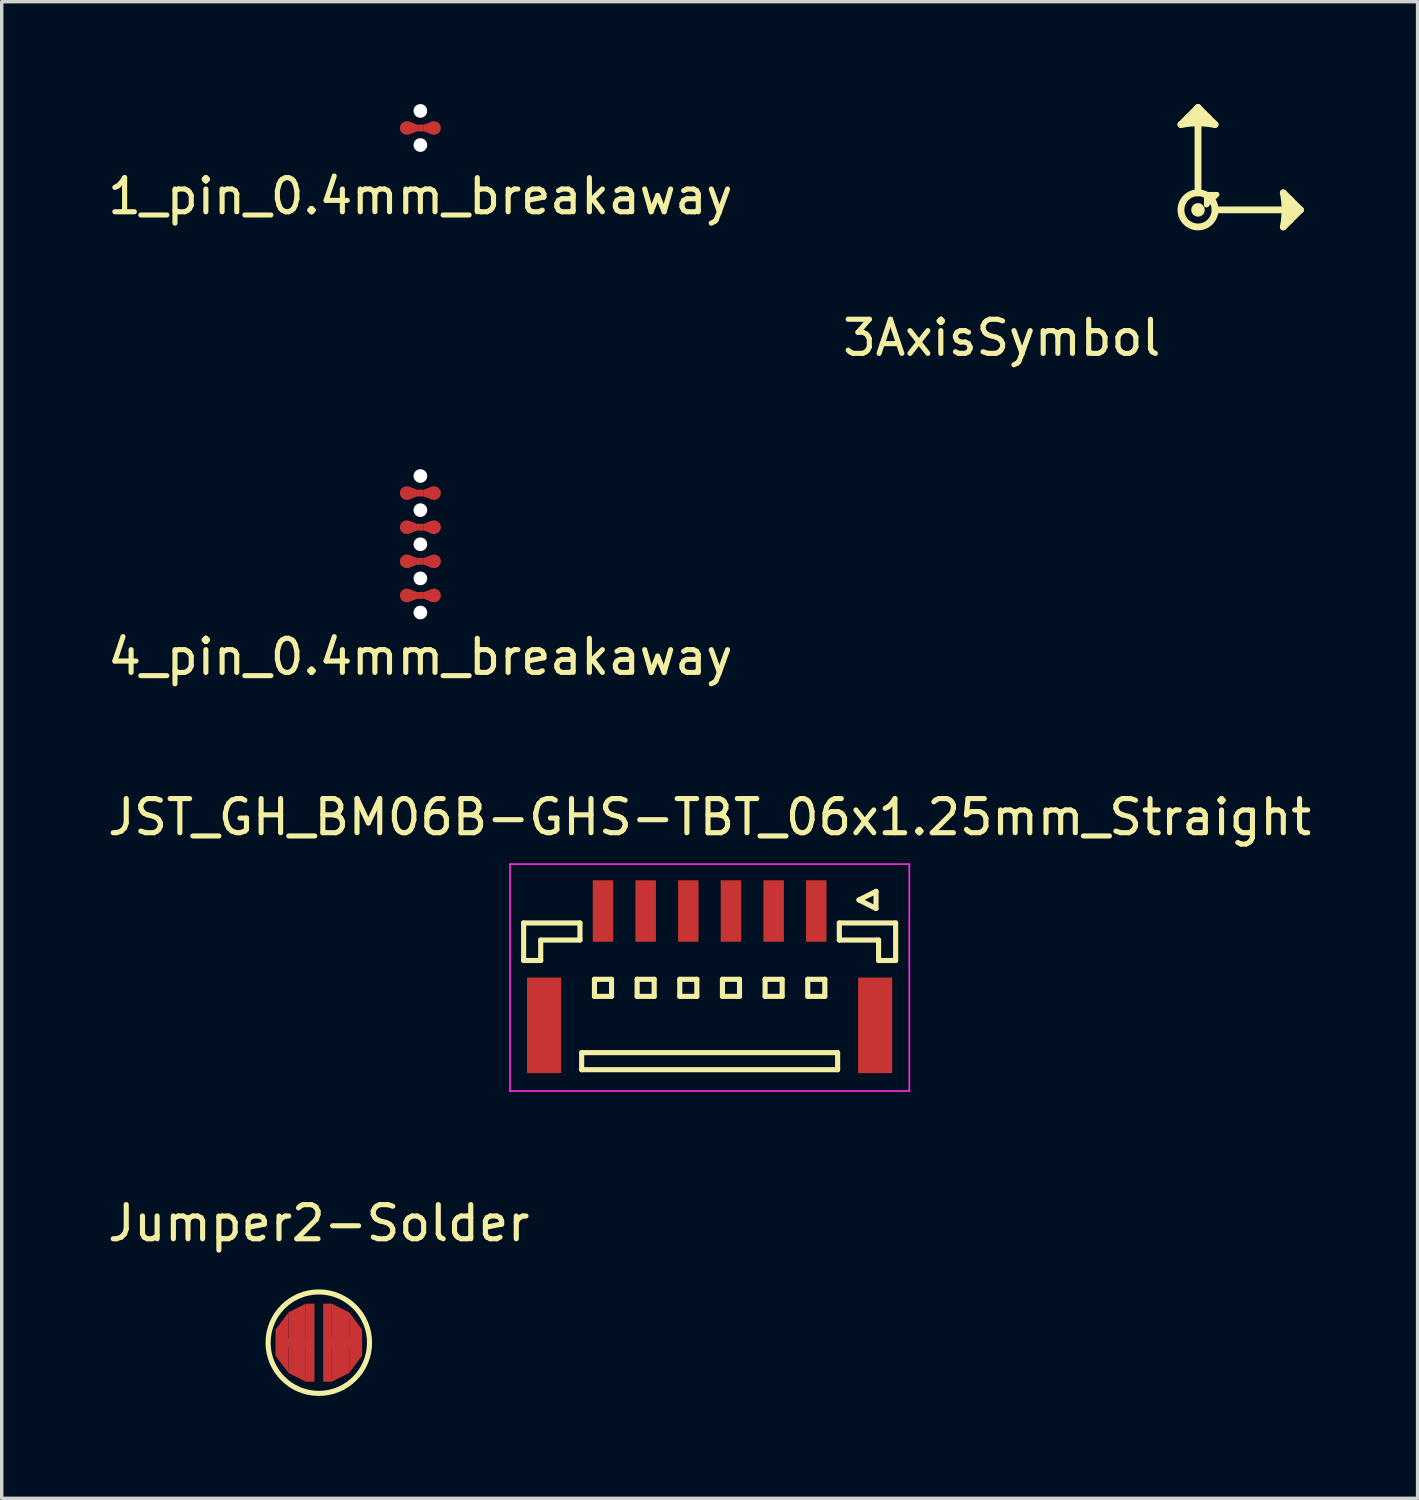
<source format=kicad_pcb>
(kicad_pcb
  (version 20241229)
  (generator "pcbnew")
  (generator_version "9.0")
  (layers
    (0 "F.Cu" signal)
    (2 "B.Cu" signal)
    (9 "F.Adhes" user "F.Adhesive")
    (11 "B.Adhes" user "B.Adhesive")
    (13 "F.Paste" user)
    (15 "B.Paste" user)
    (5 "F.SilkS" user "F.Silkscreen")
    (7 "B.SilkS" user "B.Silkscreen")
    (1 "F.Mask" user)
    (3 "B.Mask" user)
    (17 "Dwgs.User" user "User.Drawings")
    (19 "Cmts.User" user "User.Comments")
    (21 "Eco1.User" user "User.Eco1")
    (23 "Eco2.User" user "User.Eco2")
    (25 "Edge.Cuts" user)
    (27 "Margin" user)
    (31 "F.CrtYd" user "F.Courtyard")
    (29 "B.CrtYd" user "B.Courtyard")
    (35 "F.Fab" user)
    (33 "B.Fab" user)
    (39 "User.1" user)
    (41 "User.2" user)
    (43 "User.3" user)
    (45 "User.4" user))
  (footprint "4_pin_0.4mm_breakaway"
    (layer "F.Cu")
    (at 9.268 12.898)
    (property "Reference" "4_pin_0.4mm_breakaway" (at 0 3.3 0) (layer "F.SilkS") (effects (font (size 1 1) (thickness 0.15))))
    (attr through_hole)
    (pad "" np_thru_hole circle (at 0 -2) (size 0.4 0.4) (drill 0.4) (layers "*.Cu" "*.Mask"))
    (pad "" np_thru_hole circle (at 0 -1) (size 0.4 0.4) (drill 0.4) (layers "*.Cu" "*.Mask"))
    (pad "" np_thru_hole circle (at 0 0) (size 0.4 0.4) (drill 0.4) (layers "*.Cu" "*.Mask"))
    (pad "" np_thru_hole circle (at 0 1) (size 0.4 0.4) (drill 0.4) (layers "*.Cu" "*.Mask"))
    (pad "" np_thru_hole circle (at 0 2) (size 0.4 0.4) (drill 0.4) (layers "*.Cu" "*.Mask"))
    (pad "1" smd circle (at -0.4 -1.5) (size 0.4 0.4) (layers "F.Cu"))
    (pad "1" smd trapezoid (at -0.2 -1.5 270) (size 0.29 0.24) (rect_delta 0 0.09) (drill (offset 0 0.02)) (layers "F.Cu"))
    (pad "1" smd rect (at 0 -1.5) (size 0.2 0.2) (layers "F.Cu"))
    (pad "1" smd trapezoid (at 0.2 -1.5 90) (size 0.29 0.24) (rect_delta 0 0.09) (drill (offset 0 0.02)) (layers "F.Cu"))
    (pad "1" smd circle (at 0.4 -1.5) (size 0.4 0.4) (layers "F.Cu"))
    (pad "2" smd circle (at -0.4 -0.5) (size 0.4 0.4) (layers "F.Cu"))
    (pad "2" smd trapezoid (at -0.2 -0.5 270) (size 0.29 0.24) (rect_delta 0 0.09) (drill (offset 0 0.02)) (layers "F.Cu"))
    (pad "2" smd rect (at 0 -0.5) (size 0.2 0.2) (layers "F.Cu"))
    (pad "2" smd trapezoid (at 0.2 -0.5 90) (size 0.29 0.24) (rect_delta 0 0.09) (drill (offset 0 0.02)) (layers "F.Cu"))
    (pad "2" smd circle (at 0.4 -0.5) (size 0.4 0.4) (layers "F.Cu"))
    (pad "3" smd circle (at -0.4 0.5) (size 0.4 0.4) (layers "F.Cu"))
    (pad "3" smd trapezoid (at -0.2 0.5 270) (size 0.29 0.24) (rect_delta 0 0.09) (drill (offset 0 0.02)) (layers "F.Cu"))
    (pad "3" smd rect (at 0 0.5) (size 0.2 0.2) (layers "F.Cu"))
    (pad "3" smd trapezoid (at 0.2 0.5 90) (size 0.29 0.24) (rect_delta 0 0.09) (drill (offset 0 0.02)) (layers "F.Cu"))
    (pad "3" smd circle (at 0.4 0.5) (size 0.4 0.4) (layers "F.Cu"))
    (pad "4" smd circle (at -0.4 1.5) (size 0.4 0.4) (layers "F.Cu"))
    (pad "4" smd trapezoid (at -0.2 1.5 270) (size 0.29 0.24) (rect_delta 0 0.09) (drill (offset 0 0.02)) (layers "F.Cu"))
    (pad "4" smd rect (at 0 1.5) (size 0.2 0.2) (layers "F.Cu"))
    (pad "4" smd trapezoid (at 0.2 1.5 90) (size 0.29 0.24) (rect_delta 0 0.09) (drill (offset 0 0.02)) (layers "F.Cu"))
    (pad "4" smd circle (at 0.4 1.5) (size 0.4 0.4) (layers "F.Cu")))
  (footprint "Jumper2-Solder"
    (placed yes)
    (layer "F.Cu")
    (at 6.292 36.293)
    (property "Reference" "Jumper2-Solder" (at 0 -3.5 0) (layer "F.SilkS") (effects (font (size 1 1) (thickness 0.15))))
    (attr through_hole)
    (fp_circle (center 0 0) (end 1.397 -0.508) (stroke (width 0.15) (type solid)) (fill no) (layer "F.SilkS"))
    (pad "1" smd trapezoid (at -1.079 0 90) (size 1.27 0.381) (rect_delta 0 0.508) (layers "F.Cu" "F.Mask" "F.Paste"))
    (pad "1" smd rect (at -0.699 0) (size 0.889 0.254) (layers "F.Cu" "F.Mask" "F.Paste"))
    (pad "1" smd trapezoid (at -0.635 0 90) (size 2.032 0.508) (rect_delta 0 0.254) (layers "F.Cu" "F.Mask" "F.Paste"))
    (pad "1" smd rect (at -0.254 0 90) (size 2.286 0.254) (layers "F.Cu" "F.Mask" "F.Paste"))
    (pad "2" smd rect (at 0.254 0 270) (size 2.286 0.254) (layers "F.Cu" "F.Mask" "F.Paste"))
    (pad "2" smd trapezoid (at 0.635 0 270) (size 2.032 0.508) (rect_delta 0 0.254) (layers "F.Cu" "F.Mask" "F.Paste"))
    (pad "2" smd rect (at 0.699 0) (size 0.889 0.254) (layers "F.Cu" "F.Mask" "F.Paste"))
    (pad "2" smd trapezoid (at 1.079 0 270) (size 1.27 0.381) (rect_delta 0 0.508) (layers "F.Cu" "F.Mask" "F.Paste")))
  (footprint "3AxisSymbol"
    (layer "F.Cu")
    (at 32.054 3.1)
    (property "Reference" "3AxisSymbol" (at -5.75 3.75 0) (layer "F.SilkS") (effects (font (size 1 1) (thickness 0.15))))
    (attr through_hole)
    (fp_line (start 0 -3) (end -0.5 -2.5) (stroke (width 0.2) (type solid)) (layer "F.SilkS"))
    (fp_line (start 0 -3) (end 0.5 -2.5) (stroke (width 0.2) (type solid)) (layer "F.SilkS"))
    (fp_line (start 0 -0.5) (end 0 -3) (stroke (width 0.2) (type solid)) (layer "F.SilkS"))
    (fp_line (start 0.25 -0.45) (end 0.25 -0.15) (stroke (width 0.15) (type solid)) (layer "F.SilkS"))
    (fp_line (start 0.25 -0.45) (end 0.55 -0.45) (stroke (width 0.15) (type solid)) (layer "F.SilkS"))
    (fp_line (start 0.3 -2.7) (end -0.3 -2.7) (stroke (width 0.2) (type solid)) (layer "F.SilkS"))
    (fp_line (start 0.5 0) (end 3 0) (stroke (width 0.2) (type solid)) (layer "F.SilkS"))
    (fp_line (start 0.55 -0.45) (end 0.25 -0.15) (stroke (width 0.15) (type solid)) (layer "F.SilkS"))
    (fp_line (start 2.5 -0.5) (end 3 0) (stroke (width 0.2) (type solid)) (layer "F.SilkS"))
    (fp_line (start 2.7 -0.3) (end 2.7 0.3) (stroke (width 0.2) (type solid)) (layer "F.SilkS"))
    (fp_line (start 3 0) (end 2.5 0.5) (stroke (width 0.2) (type solid)) (layer "F.SilkS"))
    (fp_arc (start -0.5 -2.5) (mid 0 -2.54951) (end 0.499999 -2.5) (stroke (width 0.2) (type solid)) (layer "F.SilkS"))
    (fp_arc (start 2.5 -0.5) (mid 2.54951 0) (end 2.5 0.499999) (stroke (width 0.2) (type solid)) (layer "F.SilkS"))
    (fp_circle (center 0 0) (end 0 0.1) (stroke (width 0.2) (type solid)) (fill no) (layer "F.SilkS"))
    (fp_circle (center 0 0) (end 0 0.5) (stroke (width 0.2) (type solid)) (fill no) (layer "F.SilkS")))
  (footprint "1_pin_0.4mm_breakaway"
    (layer "F.Cu")
    (at 9.268 2.2)
    (property "Reference" "1_pin_0.4mm_breakaway" (at 0 0.5 0) (layer "F.SilkS") (effects (font (size 1 1) (thickness 0.15))))
    (attr through_hole)
    (pad "" np_thru_hole circle (at 0 -2) (size 0.4 0.4) (drill 0.4) (layers "*.Cu" "*.Mask"))
    (pad "" np_thru_hole circle (at 0 -1) (size 0.4 0.4) (drill 0.4) (layers "*.Cu" "*.Mask"))
    (pad "1" smd circle (at -0.4 -1.5) (size 0.4 0.4) (layers "F.Cu"))
    (pad "1" smd trapezoid (at -0.2 -1.5 270) (size 0.29 0.24) (rect_delta 0 0.09) (drill (offset 0 0.02)) (layers "F.Cu"))
    (pad "1" smd rect (at 0 -1.5) (size 0.2 0.2) (layers "F.Cu"))
    (pad "1" smd trapezoid (at 0.2 -1.5 90) (size 0.29 0.24) (rect_delta 0 0.09) (drill (offset 0 0.02)) (layers "F.Cu"))
    (pad "1" smd circle (at 0.4 -1.5) (size 0.4 0.4) (layers "F.Cu")))
  (footprint "JST_GH_BM06B-GHS-TBT_06x1.25mm_Straight"
    (layer "F.Cu")
    (at 17.744 25.32)
    (property "Reference" "JST_GH_BM06B-GHS-TBT_06x1.25mm_Straight" (at 0 -4.425 0) (layer "F.SilkS") (effects (font (size 1 1) (thickness 0.15))))
    (attr smd)
    (fp_line (start -5.45 -1.325) (end -3.8 -1.325) (stroke (width 0.15) (type solid)) (layer "F.SilkS"))
    (fp_line (start -5.45 -0.225) (end -5.45 -1.325) (stroke (width 0.15) (type solid)) (layer "F.SilkS"))
    (fp_line (start -4.95 -0.825) (end -4.95 -0.225) (stroke (width 0.15) (type solid)) (layer "F.SilkS"))
    (fp_line (start -4.95 -0.225) (end -5.45 -0.225) (stroke (width 0.15) (type solid)) (layer "F.SilkS"))
    (fp_line (start -3.8 -1.325) (end -3.8 -0.825) (stroke (width 0.15) (type solid)) (layer "F.SilkS"))
    (fp_line (start -3.8 -0.825) (end -4.95 -0.825) (stroke (width 0.15) (type solid)) (layer "F.SilkS"))
    (fp_line (start -3.75 2.475) (end -3.75 2.975) (stroke (width 0.15) (type solid)) (layer "F.SilkS"))
    (fp_line (start -3.75 2.975) (end 3.75 2.975) (stroke (width 0.15) (type solid)) (layer "F.SilkS"))
    (fp_line (start -3.375 0.325) (end -3.375 0.825) (stroke (width 0.15) (type solid)) (layer "F.SilkS"))
    (fp_line (start -3.375 0.825) (end -2.875 0.825) (stroke (width 0.15) (type solid)) (layer "F.SilkS"))
    (fp_line (start -2.875 0.325) (end -3.375 0.325) (stroke (width 0.15) (type solid)) (layer "F.SilkS"))
    (fp_line (start -2.875 0.825) (end -2.875 0.325) (stroke (width 0.15) (type solid)) (layer "F.SilkS"))
    (fp_line (start -2.125 0.325) (end -2.125 0.825) (stroke (width 0.15) (type solid)) (layer "F.SilkS"))
    (fp_line (start -2.125 0.825) (end -1.625 0.825) (stroke (width 0.15) (type solid)) (layer "F.SilkS"))
    (fp_line (start -1.625 0.325) (end -2.125 0.325) (stroke (width 0.15) (type solid)) (layer "F.SilkS"))
    (fp_line (start -1.625 0.825) (end -1.625 0.325) (stroke (width 0.15) (type solid)) (layer "F.SilkS"))
    (fp_line (start -0.875 0.325) (end -0.875 0.825) (stroke (width 0.15) (type solid)) (layer "F.SilkS"))
    (fp_line (start -0.875 0.825) (end -0.375 0.825) (stroke (width 0.15) (type solid)) (layer "F.SilkS"))
    (fp_line (start -0.375 0.325) (end -0.875 0.325) (stroke (width 0.15) (type solid)) (layer "F.SilkS"))
    (fp_line (start -0.375 0.825) (end -0.375 0.325) (stroke (width 0.15) (type solid)) (layer "F.SilkS"))
    (fp_line (start 0.375 0.325) (end 0.375 0.825) (stroke (width 0.15) (type solid)) (layer "F.SilkS"))
    (fp_line (start 0.375 0.825) (end 0.875 0.825) (stroke (width 0.15) (type solid)) (layer "F.SilkS"))
    (fp_line (start 0.875 0.325) (end 0.375 0.325) (stroke (width 0.15) (type solid)) (layer "F.SilkS"))
    (fp_line (start 0.875 0.825) (end 0.875 0.325) (stroke (width 0.15) (type solid)) (layer "F.SilkS"))
    (fp_line (start 1.625 0.325) (end 1.625 0.825) (stroke (width 0.15) (type solid)) (layer "F.SilkS"))
    (fp_line (start 1.625 0.825) (end 2.125 0.825) (stroke (width 0.15) (type solid)) (layer "F.SilkS"))
    (fp_line (start 2.125 0.325) (end 1.625 0.325) (stroke (width 0.15) (type solid)) (layer "F.SilkS"))
    (fp_line (start 2.125 0.825) (end 2.125 0.325) (stroke (width 0.15) (type solid)) (layer "F.SilkS"))
    (fp_line (start 2.875 0.325) (end 2.875 0.825) (stroke (width 0.15) (type solid)) (layer "F.SilkS"))
    (fp_line (start 2.875 0.825) (end 3.375 0.825) (stroke (width 0.15) (type solid)) (layer "F.SilkS"))
    (fp_line (start 3.375 0.325) (end 2.875 0.325) (stroke (width 0.15) (type solid)) (layer "F.SilkS"))
    (fp_line (start 3.375 0.825) (end 3.375 0.325) (stroke (width 0.15) (type solid)) (layer "F.SilkS"))
    (fp_line (start 3.75 2.475) (end -3.75 2.475) (stroke (width 0.15) (type solid)) (layer "F.SilkS"))
    (fp_line (start 3.75 2.975) (end 3.75 2.475) (stroke (width 0.15) (type solid)) (layer "F.SilkS"))
    (fp_line (start 3.8 -1.325) (end 3.8 -0.825) (stroke (width 0.15) (type solid)) (layer "F.SilkS"))
    (fp_line (start 3.8 -0.825) (end 4.95 -0.825) (stroke (width 0.15) (type solid)) (layer "F.SilkS"))
    (fp_line (start 4.375 -2) (end 4.875 -1.75) (stroke (width 0.15) (type solid)) (layer "F.SilkS"))
    (fp_line (start 4.875 -2.25) (end 4.375 -2) (stroke (width 0.15) (type solid)) (layer "F.SilkS"))
    (fp_line (start 4.875 -1.75) (end 4.875 -2.25) (stroke (width 0.15) (type solid)) (layer "F.SilkS"))
    (fp_line (start 4.95 -0.825) (end 4.95 -0.225) (stroke (width 0.15) (type solid)) (layer "F.SilkS"))
    (fp_line (start 4.95 -0.225) (end 5.45 -0.225) (stroke (width 0.15) (type solid)) (layer "F.SilkS"))
    (fp_line (start 5.45 -1.325) (end 3.8 -1.325) (stroke (width 0.15) (type solid)) (layer "F.SilkS"))
    (fp_line (start 5.45 -0.225) (end 5.45 -1.325) (stroke (width 0.15) (type solid)) (layer "F.SilkS"))
    (fp_line (start -5.85 -3.05) (end -5.85 3.6) (stroke (width 0.05) (type solid)) (layer "F.CrtYd"))
    (fp_line (start -5.85 3.6) (end 5.85 3.6) (stroke (width 0.05) (type solid)) (layer "F.CrtYd"))
    (fp_line (start 5.85 -3.05) (end -5.85 -3.05) (stroke (width 0.05) (type solid)) (layer "F.CrtYd"))
    (fp_line (start 5.85 3.6) (end 5.85 -3.05) (stroke (width 0.05) (type solid)) (layer "F.CrtYd"))
    (pad "" smd rect (at -4.85 1.675) (size 1 2.8) (layers "F.Cu" "F.Mask" "F.Paste"))
    (pad "" smd rect (at 4.85 1.675) (size 1 2.8) (layers "F.Cu" "F.Mask" "F.Paste"))
    (pad "1" smd rect (at 3.125 -1.675) (size 0.6 1.8) (layers "F.Cu" "F.Mask" "F.Paste"))
    (pad "2" smd rect (at 1.875 -1.675) (size 0.6 1.8) (layers "F.Cu" "F.Mask" "F.Paste"))
    (pad "3" smd rect (at 0.625 -1.675) (size 0.6 1.8) (layers "F.Cu" "F.Mask" "F.Paste"))
    (pad "4" smd rect (at -0.625 -1.675) (size 0.6 1.8) (layers "F.Cu" "F.Mask" "F.Paste"))
    (pad "5" smd rect (at -1.875 -1.675) (size 0.6 1.8) (layers "F.Cu" "F.Mask" "F.Paste"))
    (pad "6" smd rect (at -3.125 -1.675) (size 0.6 1.8) (layers "F.Cu" "F.Mask" "F.Paste")))
  (gr_rect
    (start -3 -3)
    (end 38.488 40.854)
    (stroke (width 0.1) (type default))
    (fill no)
    (layer "Edge.Cuts")))
</source>
